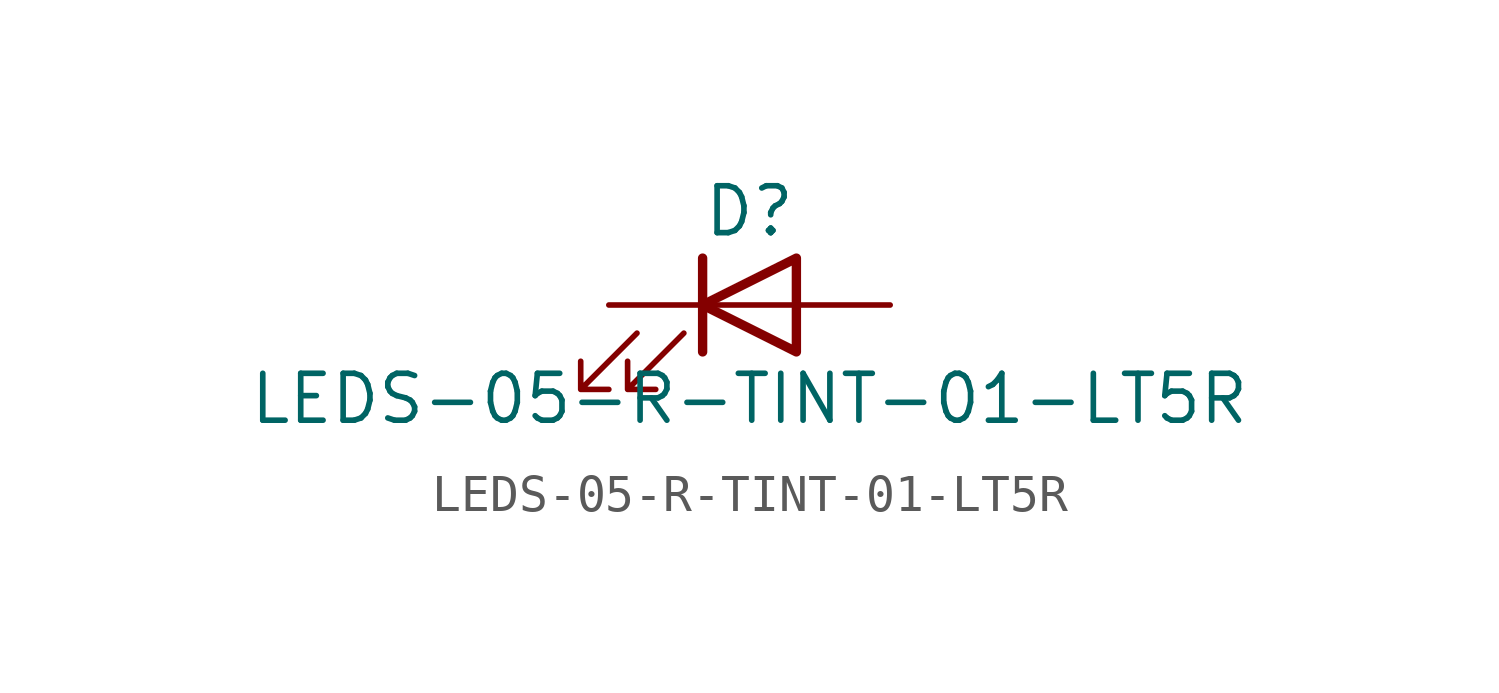
<source format=kicad_sym>
(kicad_symbol_lib
  (version 20211014)
  (generator kicad_symbol_editor)
  (symbol "LEDS-05-R-TINT-01-LT5R"
    (pin_numbers hide)
    (pin_names
      (offset 1.016) hide)
    (property "Reference" "D"
      (at 0 2.54 0)
      (effects (font (size 1.27 1.27))))
    (property "Value" "LEDS-05-R-TINT-01-LT5R"
      (at 0 -2.54 0)
      (effects (font (size 1.27 1.27))))
    (symbol "LEDS-05-R-TINT-01-LT5R_0_1"
      (polyline (pts (xy -1.27 -1.27) (xy -1.27 1.27)) (stroke (width 0.254) (type default) (color 0 0 0 0)) (fill (type none)))
      (polyline (pts (xy -1.27 0) (xy 1.27 0)) (stroke (width 0) (type default) (color 0 0 0 0)) (fill (type none)))
      (polyline (pts (xy 1.27 -1.27) (xy 1.27 1.27) (xy -1.27 0) (xy 1.27 -1.27)) (stroke (width 0.254) (type default) (color 0 0 0 0)) (fill (type none)))
      (polyline (pts (xy -3.048 -0.762) (xy -4.572 -2.286) (xy -3.81 -2.286) (xy -4.572 -2.286) (xy -4.572 -1.524)) (stroke (width 0) (type default) (color 0 0 0 0)) (fill (type none)))
      (polyline (pts (xy -1.778 -0.762) (xy -3.302 -2.286) (xy -2.54 -2.286) (xy -3.302 -2.286) (xy -3.302 -1.524)) (stroke (width 0) (type default) (color 0 0 0 0)) (fill (type none))))
    (symbol "LEDS-05-R-TINT-01-LT5R_1_1"
      (pin passive line (at -3.81 0 0) (length 2.54) (name "K" (effects (font (size 1.27 1.27)))) (number "1" (effects (font (size 1.27 1.27)))))
      (pin passive line (at 3.81 0 180) (length 2.54) (name "A" (effects (font (size 1.27 1.27)))) (number "2" (effects (font (size 1.27 1.27))))))))
</source>
